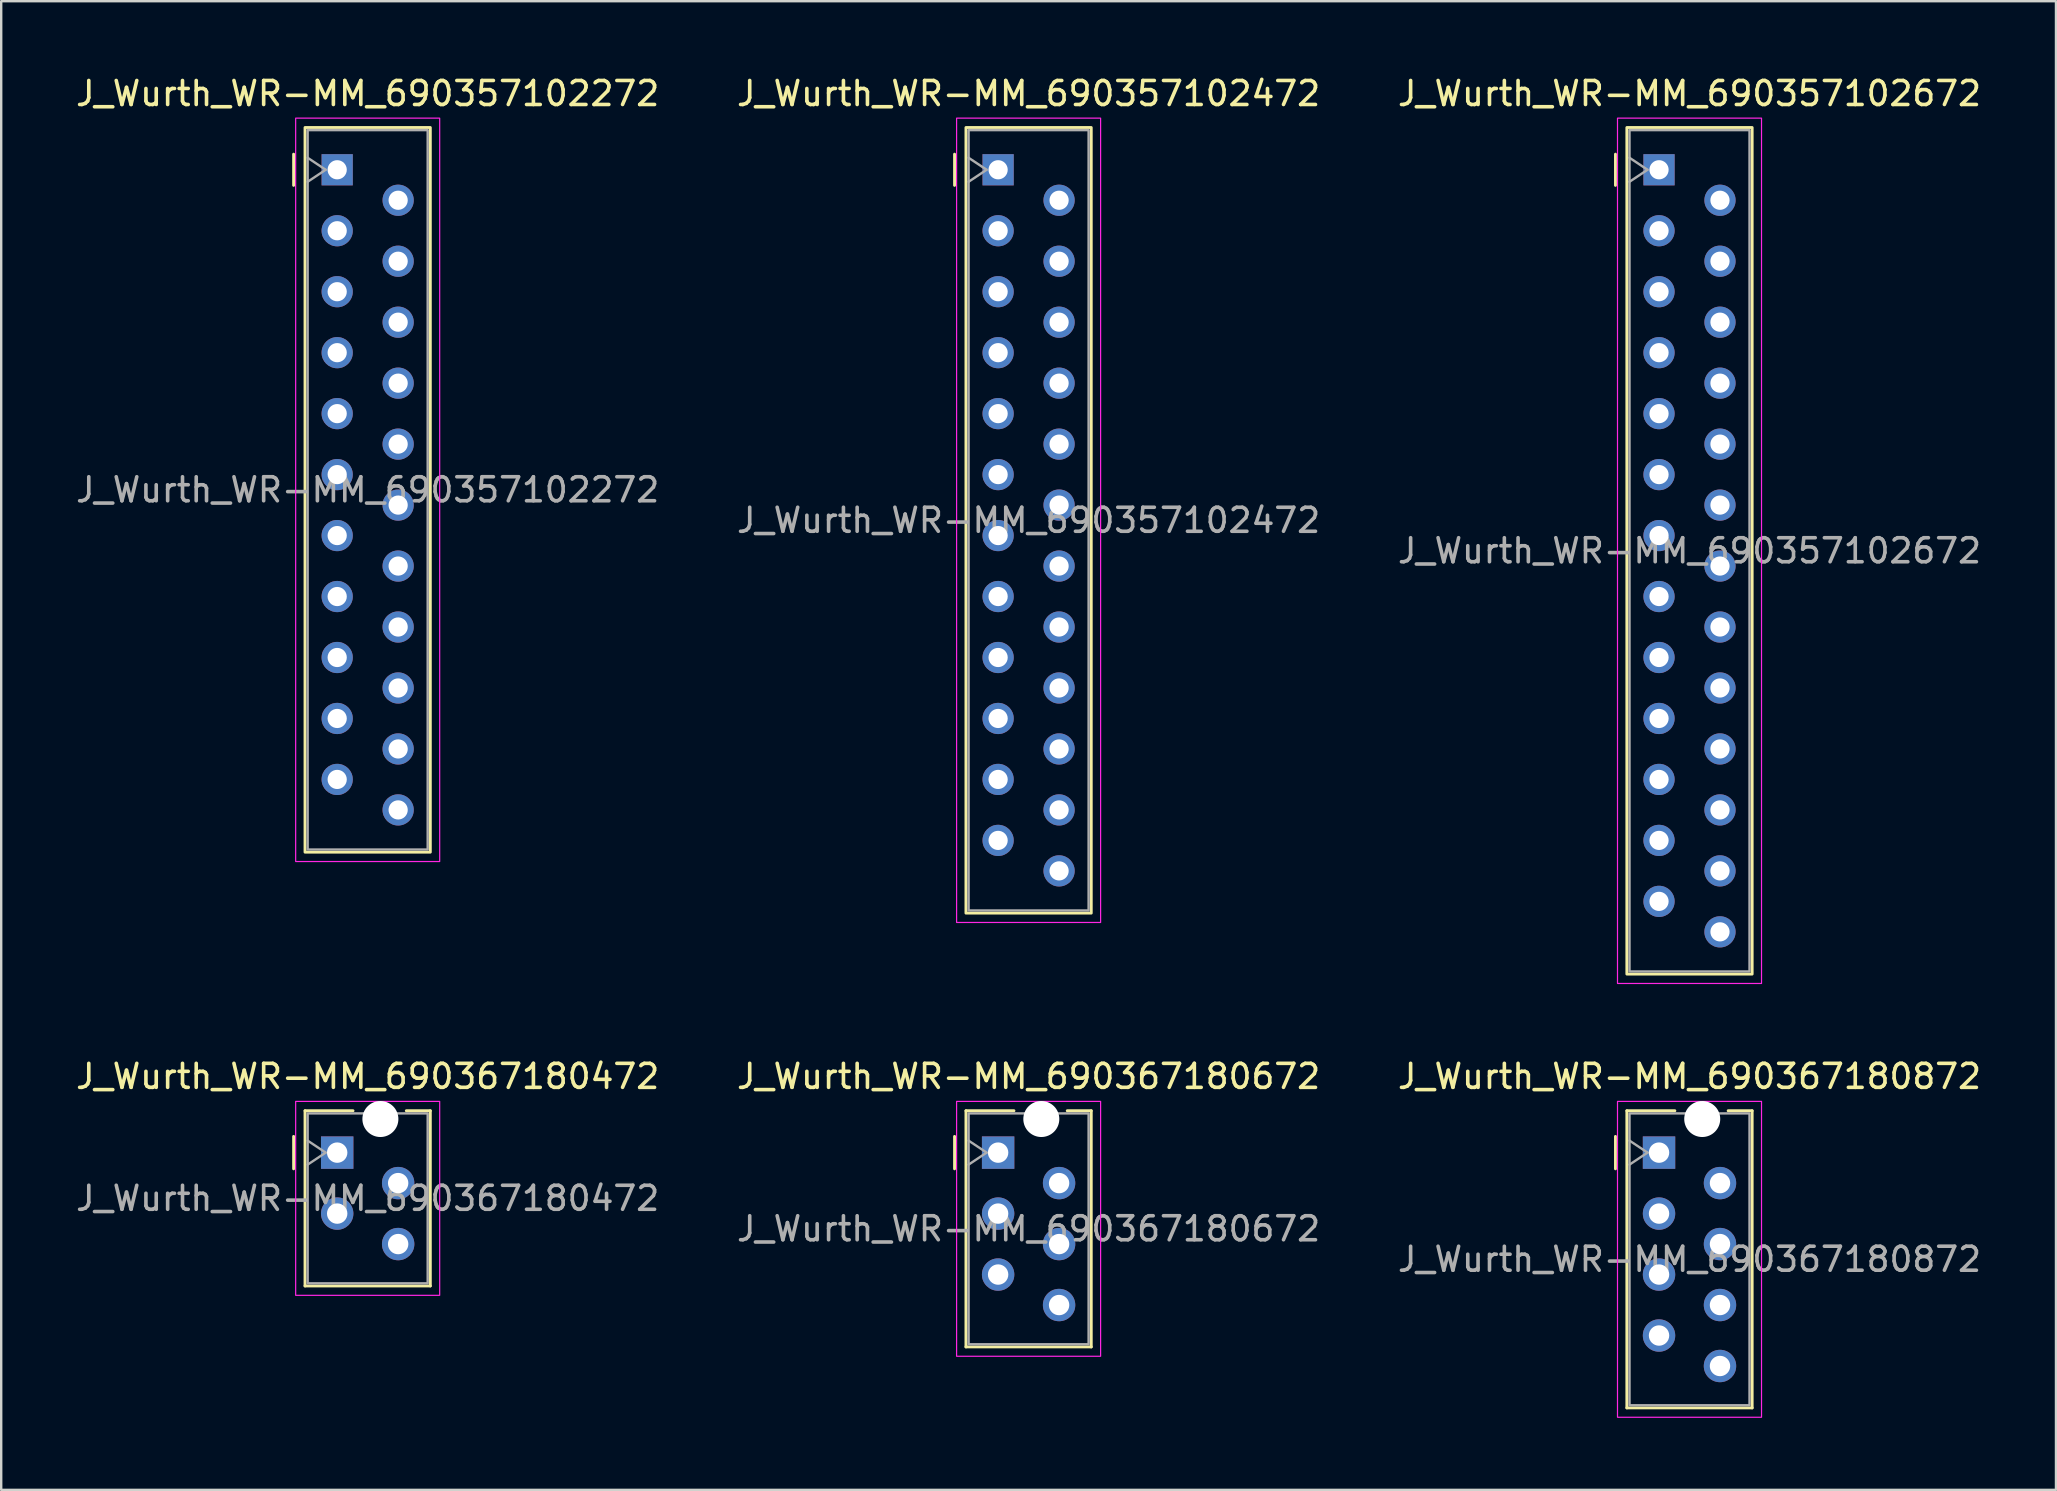
<source format=kicad_pcb>
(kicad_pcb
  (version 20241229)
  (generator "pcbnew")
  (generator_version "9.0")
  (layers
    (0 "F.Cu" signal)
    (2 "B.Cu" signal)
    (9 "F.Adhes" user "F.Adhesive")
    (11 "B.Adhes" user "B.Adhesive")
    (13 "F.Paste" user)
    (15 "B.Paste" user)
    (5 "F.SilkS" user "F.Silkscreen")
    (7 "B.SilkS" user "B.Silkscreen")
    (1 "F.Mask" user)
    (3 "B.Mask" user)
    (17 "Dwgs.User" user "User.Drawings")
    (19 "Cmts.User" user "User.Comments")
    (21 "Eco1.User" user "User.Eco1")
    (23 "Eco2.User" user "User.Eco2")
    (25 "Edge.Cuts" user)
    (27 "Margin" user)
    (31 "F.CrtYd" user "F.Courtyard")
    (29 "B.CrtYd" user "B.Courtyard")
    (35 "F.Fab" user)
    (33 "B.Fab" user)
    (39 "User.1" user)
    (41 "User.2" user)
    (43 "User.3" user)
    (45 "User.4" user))
  (footprint "J_Wurth_WR-MM_690357102672"
    (layer "F.Cu")
    (at 66.069 4.023)
    (property "Reference" "J_Wurth_WR-MM_690357102672" (at 1.27 -3.175 0) (unlocked yes) (layer "F.SilkS") (effects (font (size 1 1) (thickness 0.15))))
    (attr through_hole)
    (fp_line (start -1.815 -0.65) (end -1.815 0.65) (stroke (width 0.12) (type solid)) (layer "F.SilkS"))
    (fp_rect (start -1.34 -1.76) (end 3.88 33.51) (stroke (width 0.12) (type solid)) (fill no) (layer "F.SilkS"))
    (fp_rect (start -1.73 -2.15) (end 4.27 33.9) (stroke (width 0.05) (type solid)) (fill no) (layer "F.CrtYd"))
    (fp_line (start -0.48 0) (end -1.23 -0.5) (stroke (width 0.1) (type solid)) (layer "F.Fab"))
    (fp_line (start -0.48 0) (end -1.23 0.5) (stroke (width 0.1) (type solid)) (layer "F.Fab"))
    (fp_rect (start -1.23 -1.65) (end 3.77 33.4) (stroke (width 0.1) (type solid)) (fill no) (layer "F.Fab"))
    (fp_text user "${REFERENCE}" (at 1.27 15.875 0) (unlocked yes) (layer "F.Fab") (effects (font (size 1 1) (thickness 0.15))))
    (pad "1" thru_hole rect (at 0 0 90) (size 1.3 1.3) (drill 0.8) (layers "*.Cu" "*.Mask"))
    (pad "2" thru_hole circle (at 2.54 1.27 90) (size 1.3 1.3) (drill 0.8) (layers "*.Cu" "*.Mask"))
    (pad "3" thru_hole circle (at 0 2.54 90) (size 1.3 1.3) (drill 0.8) (layers "*.Cu" "*.Mask"))
    (pad "4" thru_hole circle (at 2.54 3.81 90) (size 1.3 1.3) (drill 0.8) (layers "*.Cu" "*.Mask"))
    (pad "5" thru_hole circle (at 0 5.08 90) (size 1.3 1.3) (drill 0.8) (layers "*.Cu" "*.Mask"))
    (pad "6" thru_hole circle (at 2.54 6.35 90) (size 1.3 1.3) (drill 0.8) (layers "*.Cu" "*.Mask"))
    (pad "7" thru_hole circle (at 0 7.62 90) (size 1.3 1.3) (drill 0.8) (layers "*.Cu" "*.Mask"))
    (pad "8" thru_hole circle (at 2.54 8.89 90) (size 1.3 1.3) (drill 0.8) (layers "*.Cu" "*.Mask"))
    (pad "9" thru_hole circle (at 0 10.16 90) (size 1.3 1.3) (drill 0.8) (layers "*.Cu" "*.Mask"))
    (pad "10" thru_hole circle (at 2.54 11.43 90) (size 1.3 1.3) (drill 0.8) (layers "*.Cu" "*.Mask"))
    (pad "11" thru_hole circle (at 0 12.7 90) (size 1.3 1.3) (drill 0.8) (layers "*.Cu" "*.Mask"))
    (pad "12" thru_hole circle (at 2.54 13.97 90) (size 1.3 1.3) (drill 0.8) (layers "*.Cu" "*.Mask"))
    (pad "13" thru_hole circle (at 0 15.24 90) (size 1.3 1.3) (drill 0.8) (layers "*.Cu" "*.Mask"))
    (pad "14" thru_hole circle (at 2.54 16.51 90) (size 1.3 1.3) (drill 0.8) (layers "*.Cu" "*.Mask"))
    (pad "15" thru_hole circle (at 0 17.78 90) (size 1.3 1.3) (drill 0.8) (layers "*.Cu" "*.Mask"))
    (pad "16" thru_hole circle (at 2.54 19.05 90) (size 1.3 1.3) (drill 0.8) (layers "*.Cu" "*.Mask"))
    (pad "17" thru_hole circle (at 0 20.32 90) (size 1.3 1.3) (drill 0.8) (layers "*.Cu" "*.Mask"))
    (pad "18" thru_hole circle (at 2.54 21.59 90) (size 1.3 1.3) (drill 0.8) (layers "*.Cu" "*.Mask"))
    (pad "19" thru_hole circle (at 0 22.86 90) (size 1.3 1.3) (drill 0.8) (layers "*.Cu" "*.Mask"))
    (pad "20" thru_hole circle (at 2.54 24.13 90) (size 1.3 1.3) (drill 0.8) (layers "*.Cu" "*.Mask"))
    (pad "21" thru_hole circle (at 0 25.4 90) (size 1.3 1.3) (drill 0.8) (layers "*.Cu" "*.Mask"))
    (pad "22" thru_hole circle (at 2.54 26.67 90) (size 1.3 1.3) (drill 0.8) (layers "*.Cu" "*.Mask"))
    (pad "23" thru_hole circle (at 0 27.94 90) (size 1.3 1.3) (drill 0.8) (layers "*.Cu" "*.Mask"))
    (pad "24" thru_hole circle (at 2.54 29.21 90) (size 1.3 1.3) (drill 0.8) (layers "*.Cu" "*.Mask"))
    (pad "25" thru_hole circle (at 0 30.48 90) (size 1.3 1.3) (drill 0.8) (layers "*.Cu" "*.Mask"))
    (pad "26" thru_hole circle (at 2.54 31.75 90) (size 1.3 1.3) (drill 0.8) (layers "*.Cu" "*.Mask")))
  (footprint "J_Wurth_WR-MM_690357102272"
    (layer "F.Cu")
    (at 10.998 4.023)
    (property "Reference" "J_Wurth_WR-MM_690357102272" (at 1.27 -3.175 0) (unlocked yes) (layer "F.SilkS") (effects (font (size 1 1) (thickness 0.15))))
    (attr through_hole)
    (fp_line (start -1.815 -0.65) (end -1.815 0.65) (stroke (width 0.12) (type solid)) (layer "F.SilkS"))
    (fp_rect (start -1.34 -1.76) (end 3.88 28.43) (stroke (width 0.12) (type solid)) (fill no) (layer "F.SilkS"))
    (fp_rect (start -1.73 -2.15) (end 4.27 28.82) (stroke (width 0.05) (type solid)) (fill no) (layer "F.CrtYd"))
    (fp_line (start -0.48 0) (end -1.23 -0.5) (stroke (width 0.1) (type solid)) (layer "F.Fab"))
    (fp_line (start -0.48 0) (end -1.23 0.5) (stroke (width 0.1) (type solid)) (layer "F.Fab"))
    (fp_rect (start -1.23 -1.65) (end 3.77 28.32) (stroke (width 0.1) (type solid)) (fill no) (layer "F.Fab"))
    (fp_text user "${REFERENCE}" (at 1.27 13.335 0) (unlocked yes) (layer "F.Fab") (effects (font (size 1 1) (thickness 0.15))))
    (pad "1" thru_hole rect (at 0 0 90) (size 1.3 1.3) (drill 0.8) (layers "*.Cu" "*.Mask"))
    (pad "2" thru_hole circle (at 2.54 1.27 90) (size 1.3 1.3) (drill 0.8) (layers "*.Cu" "*.Mask"))
    (pad "3" thru_hole circle (at 0 2.54 90) (size 1.3 1.3) (drill 0.8) (layers "*.Cu" "*.Mask"))
    (pad "4" thru_hole circle (at 2.54 3.81 90) (size 1.3 1.3) (drill 0.8) (layers "*.Cu" "*.Mask"))
    (pad "5" thru_hole circle (at 0 5.08 90) (size 1.3 1.3) (drill 0.8) (layers "*.Cu" "*.Mask"))
    (pad "6" thru_hole circle (at 2.54 6.35 90) (size 1.3 1.3) (drill 0.8) (layers "*.Cu" "*.Mask"))
    (pad "7" thru_hole circle (at 0 7.62 90) (size 1.3 1.3) (drill 0.8) (layers "*.Cu" "*.Mask"))
    (pad "8" thru_hole circle (at 2.54 8.89 90) (size 1.3 1.3) (drill 0.8) (layers "*.Cu" "*.Mask"))
    (pad "9" thru_hole circle (at 0 10.16 90) (size 1.3 1.3) (drill 0.8) (layers "*.Cu" "*.Mask"))
    (pad "10" thru_hole circle (at 2.54 11.43 90) (size 1.3 1.3) (drill 0.8) (layers "*.Cu" "*.Mask"))
    (pad "11" thru_hole circle (at 0 12.7 90) (size 1.3 1.3) (drill 0.8) (layers "*.Cu" "*.Mask"))
    (pad "12" thru_hole circle (at 2.54 13.97 90) (size 1.3 1.3) (drill 0.8) (layers "*.Cu" "*.Mask"))
    (pad "13" thru_hole circle (at 0 15.24 90) (size 1.3 1.3) (drill 0.8) (layers "*.Cu" "*.Mask"))
    (pad "14" thru_hole circle (at 2.54 16.51 90) (size 1.3 1.3) (drill 0.8) (layers "*.Cu" "*.Mask"))
    (pad "15" thru_hole circle (at 0 17.78 90) (size 1.3 1.3) (drill 0.8) (layers "*.Cu" "*.Mask"))
    (pad "16" thru_hole circle (at 2.54 19.05 90) (size 1.3 1.3) (drill 0.8) (layers "*.Cu" "*.Mask"))
    (pad "17" thru_hole circle (at 0 20.32 90) (size 1.3 1.3) (drill 0.8) (layers "*.Cu" "*.Mask"))
    (pad "18" thru_hole circle (at 2.54 21.59 90) (size 1.3 1.3) (drill 0.8) (layers "*.Cu" "*.Mask"))
    (pad "19" thru_hole circle (at 0 22.86 90) (size 1.3 1.3) (drill 0.8) (layers "*.Cu" "*.Mask"))
    (pad "20" thru_hole circle (at 2.54 24.13 90) (size 1.3 1.3) (drill 0.8) (layers "*.Cu" "*.Mask"))
    (pad "21" thru_hole circle (at 0 25.4 90) (size 1.3 1.3) (drill 0.8) (layers "*.Cu" "*.Mask"))
    (pad "22" thru_hole circle (at 2.54 26.67 90) (size 1.3 1.3) (drill 0.8) (layers "*.Cu" "*.Mask")))
  (footprint "J_Wurth_WR-MM_690367180672"
    (layer "F.Cu")
    (at 38.534 44.971)
    (property "Reference" "J_Wurth_WR-MM_690367180672" (at 1.27 -3.175 0) (unlocked yes) (layer "F.SilkS") (effects (font (size 1 1) (thickness 0.15))))
    (attr through_hole)
    (fp_line (start -1.815 0.675) (end -1.815 -0.675) (stroke (width 0.12) (type solid)) (layer "F.SilkS"))
    (fp_line (start -1.34 -1.745) (end -1.34 8.095) (stroke (width 0.12) (type solid)) (layer "F.SilkS"))
    (fp_line (start -1.34 -1.745) (end 0.66 -1.745) (stroke (width 0.12) (type solid)) (layer "F.SilkS"))
    (fp_line (start -1.34 8.095) (end 3.88 8.095) (stroke (width 0.12) (type solid)) (layer "F.SilkS"))
    (fp_line (start 3.88 -1.745) (end 2.88 -1.745) (stroke (width 0.12) (type solid)) (layer "F.SilkS"))
    (fp_line (start 3.88 8.095) (end 3.88 -1.745) (stroke (width 0.12) (type solid)) (layer "F.SilkS"))
    (fp_rect (start -1.73 -2.135) (end 4.27 8.485) (stroke (width 0.05) (type solid)) (fill no) (layer "F.CrtYd"))
    (fp_line (start -0.48 0) (end -1.23 -0.5) (stroke (width 0.1) (type solid)) (layer "F.Fab"))
    (fp_line (start -0.48 0) (end -1.23 0.5) (stroke (width 0.1) (type solid)) (layer "F.Fab"))
    (fp_rect (start -1.23 -1.635) (end 3.77 7.985) (stroke (width 0.1) (type solid)) (fill no) (layer "F.Fab"))
    (fp_text user "${REFERENCE}" (at 1.27 3.175 0) (unlocked yes) (layer "F.Fab") (effects (font (size 1 1) (thickness 0.15))))
    (pad "" np_thru_hole circle (at 1.8 -1.4 90) (size 1.5 1.5) (drill 1.5) (layers "*.Cu" "*.Mask"))
    (pad "1" thru_hole rect (at 0 0 90) (size 1.35 1.35) (drill 0.85) (layers "*.Cu" "*.Mask"))
    (pad "2" thru_hole circle (at 2.54 1.27 90) (size 1.35 1.35) (drill 0.85) (layers "*.Cu" "*.Mask"))
    (pad "3" thru_hole circle (at 0 2.54 90) (size 1.35 1.35) (drill 0.85) (layers "*.Cu" "*.Mask"))
    (pad "4" thru_hole circle (at 2.54 3.81 90) (size 1.35 1.35) (drill 0.85) (layers "*.Cu" "*.Mask"))
    (pad "5" thru_hole circle (at 0 5.08 90) (size 1.35 1.35) (drill 0.85) (layers "*.Cu" "*.Mask"))
    (pad "6" thru_hole circle (at 2.54 6.35 90) (size 1.35 1.35) (drill 0.85) (layers "*.Cu" "*.Mask")))
  (footprint "J_Wurth_WR-MM_690367180872"
    (layer "F.Cu")
    (at 66.069 44.971)
    (property "Reference" "J_Wurth_WR-MM_690367180872" (at 1.27 -3.175 0) (unlocked yes) (layer "F.SilkS") (effects (font (size 1 1) (thickness 0.15))))
    (attr through_hole)
    (fp_line (start -1.815 0.675) (end -1.815 -0.675) (stroke (width 0.12) (type solid)) (layer "F.SilkS"))
    (fp_line (start -1.34 -1.745) (end -1.34 10.635) (stroke (width 0.12) (type solid)) (layer "F.SilkS"))
    (fp_line (start -1.34 -1.745) (end 0.66 -1.745) (stroke (width 0.12) (type solid)) (layer "F.SilkS"))
    (fp_line (start -1.34 10.635) (end 3.88 10.635) (stroke (width 0.12) (type solid)) (layer "F.SilkS"))
    (fp_line (start 3.88 -1.745) (end 2.88 -1.745) (stroke (width 0.12) (type solid)) (layer "F.SilkS"))
    (fp_line (start 3.88 10.635) (end 3.88 -1.745) (stroke (width 0.12) (type solid)) (layer "F.SilkS"))
    (fp_rect (start -1.73 -2.135) (end 4.27 11.025) (stroke (width 0.05) (type solid)) (fill no) (layer "F.CrtYd"))
    (fp_line (start -0.48 0) (end -1.23 -0.5) (stroke (width 0.1) (type solid)) (layer "F.Fab"))
    (fp_line (start -0.48 0) (end -1.23 0.5) (stroke (width 0.1) (type solid)) (layer "F.Fab"))
    (fp_rect (start -1.23 -1.635) (end 3.77 10.525) (stroke (width 0.1) (type solid)) (fill no) (layer "F.Fab"))
    (fp_text user "${REFERENCE}" (at 1.27 4.445 0) (unlocked yes) (layer "F.Fab") (effects (font (size 1 1) (thickness 0.15))))
    (pad "" np_thru_hole circle (at 1.8 -1.4 90) (size 1.5 1.5) (drill 1.5) (layers "*.Cu" "*.Mask"))
    (pad "1" thru_hole rect (at 0 0 90) (size 1.35 1.35) (drill 0.85) (layers "*.Cu" "*.Mask"))
    (pad "2" thru_hole circle (at 2.54 1.27 90) (size 1.35 1.35) (drill 0.85) (layers "*.Cu" "*.Mask"))
    (pad "3" thru_hole circle (at 0 2.54 90) (size 1.35 1.35) (drill 0.85) (layers "*.Cu" "*.Mask"))
    (pad "4" thru_hole circle (at 2.54 3.81 90) (size 1.35 1.35) (drill 0.85) (layers "*.Cu" "*.Mask"))
    (pad "5" thru_hole circle (at 0 5.08 90) (size 1.35 1.35) (drill 0.85) (layers "*.Cu" "*.Mask"))
    (pad "6" thru_hole circle (at 2.54 6.35 90) (size 1.35 1.35) (drill 0.85) (layers "*.Cu" "*.Mask"))
    (pad "7" thru_hole circle (at 0 7.62 90) (size 1.35 1.35) (drill 0.85) (layers "*.Cu" "*.Mask"))
    (pad "8" thru_hole circle (at 2.54 8.89 90) (size 1.35 1.35) (drill 0.85) (layers "*.Cu" "*.Mask")))
  (footprint "J_Wurth_WR-MM_690367180472"
    (layer "F.Cu")
    (at 10.998 44.971)
    (property "Reference" "J_Wurth_WR-MM_690367180472" (at 1.27 -3.175 0) (unlocked yes) (layer "F.SilkS") (effects (font (size 1 1) (thickness 0.15))))
    (attr through_hole)
    (fp_line (start -1.815 0.675) (end -1.815 -0.675) (stroke (width 0.12) (type solid)) (layer "F.SilkS"))
    (fp_line (start -1.34 -1.745) (end -1.34 5.555) (stroke (width 0.12) (type solid)) (layer "F.SilkS"))
    (fp_line (start -1.34 -1.745) (end 0.66 -1.745) (stroke (width 0.12) (type solid)) (layer "F.SilkS"))
    (fp_line (start -1.34 5.555) (end 3.88 5.555) (stroke (width 0.12) (type solid)) (layer "F.SilkS"))
    (fp_line (start 3.88 -1.745) (end 2.88 -1.745) (stroke (width 0.12) (type solid)) (layer "F.SilkS"))
    (fp_line (start 3.88 5.555) (end 3.88 -1.745) (stroke (width 0.12) (type solid)) (layer "F.SilkS"))
    (fp_rect (start -1.73 -2.135) (end 4.27 5.945) (stroke (width 0.05) (type solid)) (fill no) (layer "F.CrtYd"))
    (fp_line (start -0.48 0) (end -1.23 -0.5) (stroke (width 0.1) (type solid)) (layer "F.Fab"))
    (fp_line (start -0.48 0) (end -1.23 0.5) (stroke (width 0.1) (type solid)) (layer "F.Fab"))
    (fp_rect (start -1.23 -1.635) (end 3.77 5.445) (stroke (width 0.1) (type solid)) (fill no) (layer "F.Fab"))
    (fp_text user "${REFERENCE}" (at 1.27 1.905 0) (unlocked yes) (layer "F.Fab") (effects (font (size 1 1) (thickness 0.15))))
    (pad "" np_thru_hole circle (at 1.8 -1.4 90) (size 1.5 1.5) (drill 1.5) (layers "*.Cu" "*.Mask"))
    (pad "1" thru_hole rect (at 0 0 90) (size 1.35 1.35) (drill 0.85) (layers "*.Cu" "*.Mask"))
    (pad "2" thru_hole circle (at 2.54 1.27 90) (size 1.35 1.35) (drill 0.85) (layers "*.Cu" "*.Mask"))
    (pad "3" thru_hole circle (at 0 2.54 90) (size 1.35 1.35) (drill 0.85) (layers "*.Cu" "*.Mask"))
    (pad "4" thru_hole circle (at 2.54 3.81 90) (size 1.35 1.35) (drill 0.85) (layers "*.Cu" "*.Mask")))
  (footprint "J_Wurth_WR-MM_690357102472"
    (layer "F.Cu")
    (at 38.534 4.023)
    (property "Reference" "J_Wurth_WR-MM_690357102472" (at 1.27 -3.175 0) (unlocked yes) (layer "F.SilkS") (effects (font (size 1 1) (thickness 0.15))))
    (attr through_hole)
    (fp_line (start -1.815 -0.65) (end -1.815 0.65) (stroke (width 0.12) (type solid)) (layer "F.SilkS"))
    (fp_rect (start -1.34 -1.76) (end 3.88 30.97) (stroke (width 0.12) (type solid)) (fill no) (layer "F.SilkS"))
    (fp_rect (start -1.73 -2.15) (end 4.27 31.36) (stroke (width 0.05) (type solid)) (fill no) (layer "F.CrtYd"))
    (fp_line (start -0.48 0) (end -1.23 -0.5) (stroke (width 0.1) (type solid)) (layer "F.Fab"))
    (fp_line (start -0.48 0) (end -1.23 0.5) (stroke (width 0.1) (type solid)) (layer "F.Fab"))
    (fp_rect (start -1.23 -1.65) (end 3.77 30.86) (stroke (width 0.1) (type solid)) (fill no) (layer "F.Fab"))
    (fp_text user "${REFERENCE}" (at 1.27 14.605 0) (unlocked yes) (layer "F.Fab") (effects (font (size 1 1) (thickness 0.15))))
    (pad "1" thru_hole rect (at 0 0 90) (size 1.3 1.3) (drill 0.8) (layers "*.Cu" "*.Mask"))
    (pad "2" thru_hole circle (at 2.54 1.27 90) (size 1.3 1.3) (drill 0.8) (layers "*.Cu" "*.Mask"))
    (pad "3" thru_hole circle (at 0 2.54 90) (size 1.3 1.3) (drill 0.8) (layers "*.Cu" "*.Mask"))
    (pad "4" thru_hole circle (at 2.54 3.81 90) (size 1.3 1.3) (drill 0.8) (layers "*.Cu" "*.Mask"))
    (pad "5" thru_hole circle (at 0 5.08 90) (size 1.3 1.3) (drill 0.8) (layers "*.Cu" "*.Mask"))
    (pad "6" thru_hole circle (at 2.54 6.35 90) (size 1.3 1.3) (drill 0.8) (layers "*.Cu" "*.Mask"))
    (pad "7" thru_hole circle (at 0 7.62 90) (size 1.3 1.3) (drill 0.8) (layers "*.Cu" "*.Mask"))
    (pad "8" thru_hole circle (at 2.54 8.89 90) (size 1.3 1.3) (drill 0.8) (layers "*.Cu" "*.Mask"))
    (pad "9" thru_hole circle (at 0 10.16 90) (size 1.3 1.3) (drill 0.8) (layers "*.Cu" "*.Mask"))
    (pad "10" thru_hole circle (at 2.54 11.43 90) (size 1.3 1.3) (drill 0.8) (layers "*.Cu" "*.Mask"))
    (pad "11" thru_hole circle (at 0 12.7 90) (size 1.3 1.3) (drill 0.8) (layers "*.Cu" "*.Mask"))
    (pad "12" thru_hole circle (at 2.54 13.97 90) (size 1.3 1.3) (drill 0.8) (layers "*.Cu" "*.Mask"))
    (pad "13" thru_hole circle (at 0 15.24 90) (size 1.3 1.3) (drill 0.8) (layers "*.Cu" "*.Mask"))
    (pad "14" thru_hole circle (at 2.54 16.51 90) (size 1.3 1.3) (drill 0.8) (layers "*.Cu" "*.Mask"))
    (pad "15" thru_hole circle (at 0 17.78 90) (size 1.3 1.3) (drill 0.8) (layers "*.Cu" "*.Mask"))
    (pad "16" thru_hole circle (at 2.54 19.05 90) (size 1.3 1.3) (drill 0.8) (layers "*.Cu" "*.Mask"))
    (pad "17" thru_hole circle (at 0 20.32 90) (size 1.3 1.3) (drill 0.8) (layers "*.Cu" "*.Mask"))
    (pad "18" thru_hole circle (at 2.54 21.59 90) (size 1.3 1.3) (drill 0.8) (layers "*.Cu" "*.Mask"))
    (pad "19" thru_hole circle (at 0 22.86 90) (size 1.3 1.3) (drill 0.8) (layers "*.Cu" "*.Mask"))
    (pad "20" thru_hole circle (at 2.54 24.13 90) (size 1.3 1.3) (drill 0.8) (layers "*.Cu" "*.Mask"))
    (pad "21" thru_hole circle (at 0 25.4 90) (size 1.3 1.3) (drill 0.8) (layers "*.Cu" "*.Mask"))
    (pad "22" thru_hole circle (at 2.54 26.67 90) (size 1.3 1.3) (drill 0.8) (layers "*.Cu" "*.Mask"))
    (pad "23" thru_hole circle (at 0 27.94 90) (size 1.3 1.3) (drill 0.8) (layers "*.Cu" "*.Mask"))
    (pad "24" thru_hole circle (at 2.54 29.21 90) (size 1.3 1.3) (drill 0.8) (layers "*.Cu" "*.Mask")))
  (gr_rect
    (start -3 -3)
    (end 82.607 59.022)
    (stroke (width 0.1) (type default))
    (fill no)
    (layer "Edge.Cuts")))
</source>
